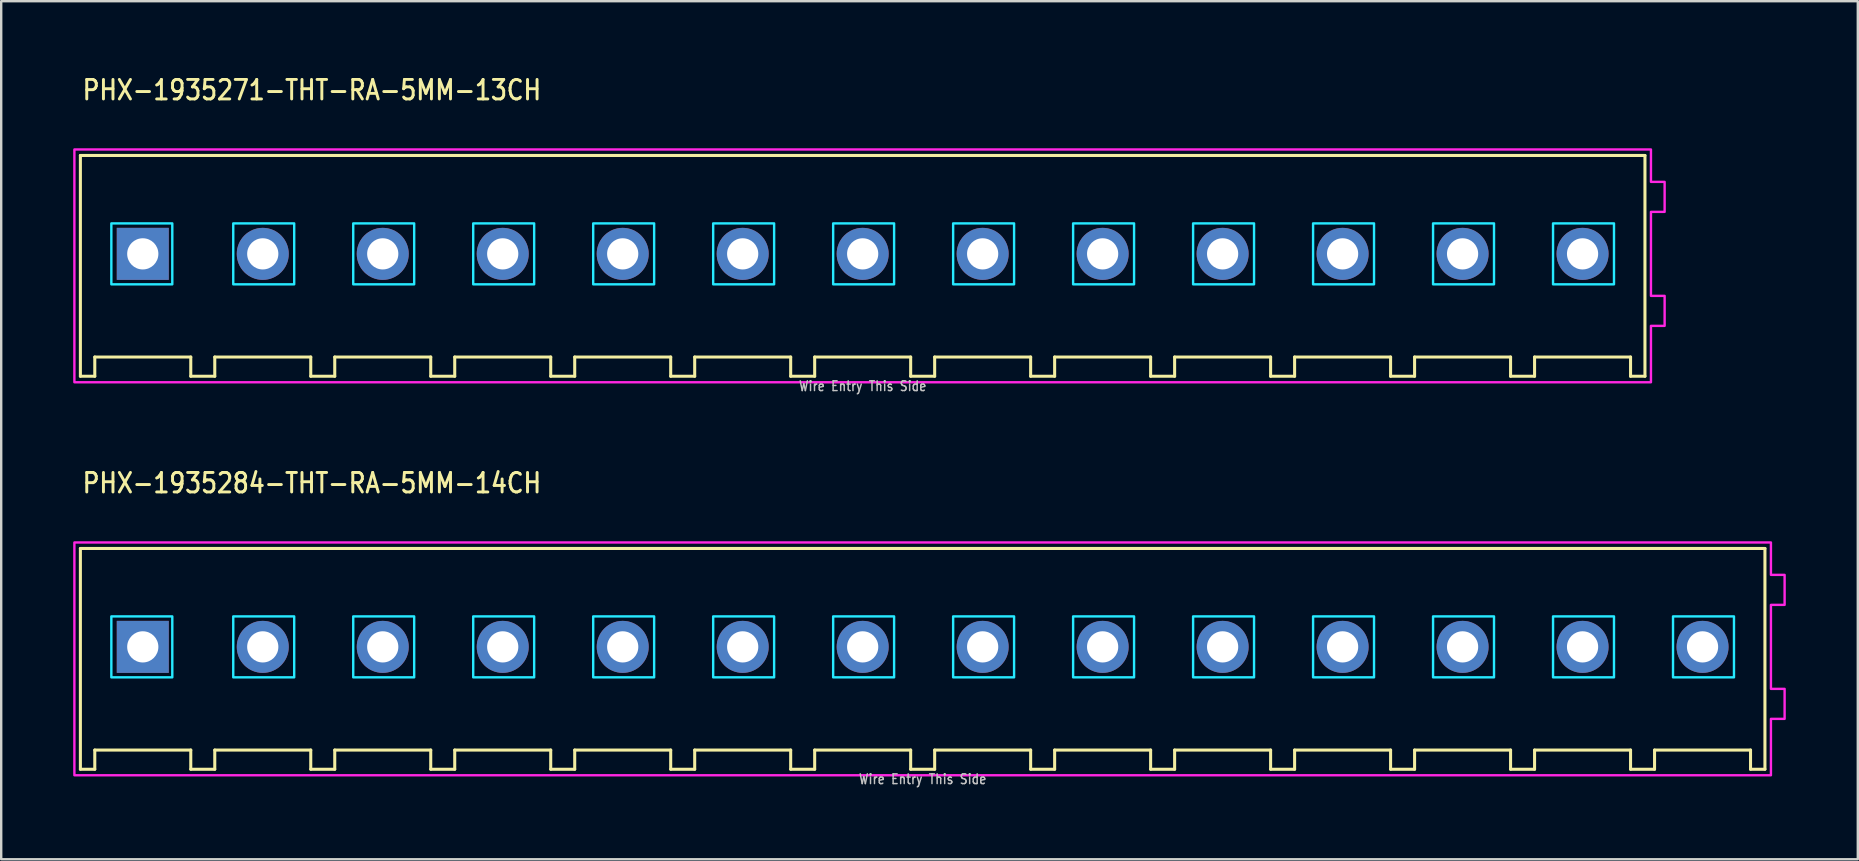
<source format=kicad_pcb>
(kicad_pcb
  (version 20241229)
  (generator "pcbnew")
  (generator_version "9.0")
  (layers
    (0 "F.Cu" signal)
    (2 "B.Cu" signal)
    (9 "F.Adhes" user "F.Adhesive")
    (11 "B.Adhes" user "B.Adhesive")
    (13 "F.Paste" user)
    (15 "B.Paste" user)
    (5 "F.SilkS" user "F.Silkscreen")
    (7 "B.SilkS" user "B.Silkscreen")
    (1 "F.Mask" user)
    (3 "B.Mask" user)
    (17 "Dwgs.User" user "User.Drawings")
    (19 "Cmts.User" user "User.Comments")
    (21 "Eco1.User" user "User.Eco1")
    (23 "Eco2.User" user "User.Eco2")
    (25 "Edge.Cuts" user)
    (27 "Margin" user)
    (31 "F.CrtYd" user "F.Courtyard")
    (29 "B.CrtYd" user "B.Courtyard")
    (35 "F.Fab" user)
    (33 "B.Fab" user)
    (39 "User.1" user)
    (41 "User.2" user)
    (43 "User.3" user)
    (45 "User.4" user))
  (footprint "PHX-1935284-THT-RA-5MM-14CH"
    (layer "F.Cu")
    (at 35.4 23.907)
    (property "Reference" "PHX-1935284-THT-RA-5MM-14CH" (at -35.08 -6.35 0) (unlocked yes) (layer "F.SilkS") (effects (font (size 0.813 0.695) (thickness 0.122)) (justify left bottom)))
    (fp_line (start -35.1 -4.1) (end -35.1 5.1) (stroke (width 0.127) (type solid)) (layer "F.SilkS"))
    (fp_line (start -35.1 5.1) (end -34.5 5.1) (stroke (width 0.127) (type solid)) (layer "F.SilkS"))
    (fp_line (start -34.5 4.3) (end -30.5 4.3) (stroke (width 0.127) (type solid)) (layer "F.SilkS"))
    (fp_line (start -34.5 5.1) (end -34.5 4.3) (stroke (width 0.127) (type solid)) (layer "F.SilkS"))
    (fp_line (start -30.5 4.3) (end -30.5 5.1) (stroke (width 0.127) (type solid)) (layer "F.SilkS"))
    (fp_line (start -30.5 5.1) (end -29.5 5.1) (stroke (width 0.127) (type solid)) (layer "F.SilkS"))
    (fp_line (start -29.5 4.3) (end -25.5 4.3) (stroke (width 0.127) (type solid)) (layer "F.SilkS"))
    (fp_line (start -29.5 5.1) (end -29.5 4.3) (stroke (width 0.127) (type solid)) (layer "F.SilkS"))
    (fp_line (start -25.5 4.3) (end -25.5 5.1) (stroke (width 0.127) (type solid)) (layer "F.SilkS"))
    (fp_line (start -25.5 5.1) (end -24.5 5.1) (stroke (width 0.127) (type solid)) (layer "F.SilkS"))
    (fp_line (start -24.5 4.3) (end -20.5 4.3) (stroke (width 0.127) (type solid)) (layer "F.SilkS"))
    (fp_line (start -24.5 5.1) (end -24.5 4.3) (stroke (width 0.127) (type solid)) (layer "F.SilkS"))
    (fp_line (start -20.5 4.3) (end -20.5 5.1) (stroke (width 0.127) (type solid)) (layer "F.SilkS"))
    (fp_line (start -20.5 5.1) (end -19.5 5.1) (stroke (width 0.127) (type solid)) (layer "F.SilkS"))
    (fp_line (start -19.5 4.3) (end -15.5 4.3) (stroke (width 0.127) (type solid)) (layer "F.SilkS"))
    (fp_line (start -19.5 5.1) (end -19.5 4.3) (stroke (width 0.127) (type solid)) (layer "F.SilkS"))
    (fp_line (start -15.5 4.3) (end -15.5 5.1) (stroke (width 0.127) (type solid)) (layer "F.SilkS"))
    (fp_line (start -15.5 5.1) (end -14.5 5.1) (stroke (width 0.127) (type solid)) (layer "F.SilkS"))
    (fp_line (start -14.5 4.3) (end -10.5 4.3) (stroke (width 0.127) (type solid)) (layer "F.SilkS"))
    (fp_line (start -14.5 5.1) (end -14.5 4.3) (stroke (width 0.127) (type solid)) (layer "F.SilkS"))
    (fp_line (start -10.5 4.3) (end -10.5 5.1) (stroke (width 0.127) (type solid)) (layer "F.SilkS"))
    (fp_line (start -10.5 5.1) (end -9.5 5.1) (stroke (width 0.127) (type solid)) (layer "F.SilkS"))
    (fp_line (start -9.5 4.3) (end -5.5 4.3) (stroke (width 0.127) (type solid)) (layer "F.SilkS"))
    (fp_line (start -9.5 5.1) (end -9.5 4.3) (stroke (width 0.127) (type solid)) (layer "F.SilkS"))
    (fp_line (start -5.5 4.3) (end -5.5 5.1) (stroke (width 0.127) (type solid)) (layer "F.SilkS"))
    (fp_line (start -5.5 5.1) (end -4.5 5.1) (stroke (width 0.127) (type solid)) (layer "F.SilkS"))
    (fp_line (start -4.5 4.3) (end -0.5 4.3) (stroke (width 0.127) (type solid)) (layer "F.SilkS"))
    (fp_line (start -4.5 5.1) (end -4.5 4.3) (stroke (width 0.127) (type solid)) (layer "F.SilkS"))
    (fp_line (start -0.5 4.3) (end -0.5 5.1) (stroke (width 0.127) (type solid)) (layer "F.SilkS"))
    (fp_line (start -0.5 5.1) (end 0.5 5.1) (stroke (width 0.127) (type solid)) (layer "F.SilkS"))
    (fp_line (start 0.5 4.3) (end 4.5 4.3) (stroke (width 0.127) (type solid)) (layer "F.SilkS"))
    (fp_line (start 0.5 5.1) (end 0.5 4.3) (stroke (width 0.127) (type solid)) (layer "F.SilkS"))
    (fp_line (start 4.5 4.3) (end 4.5 5.1) (stroke (width 0.127) (type solid)) (layer "F.SilkS"))
    (fp_line (start 4.5 5.1) (end 5.5 5.1) (stroke (width 0.127) (type solid)) (layer "F.SilkS"))
    (fp_line (start 5.5 4.3) (end 9.5 4.3) (stroke (width 0.127) (type solid)) (layer "F.SilkS"))
    (fp_line (start 5.5 5.1) (end 5.5 4.3) (stroke (width 0.127) (type solid)) (layer "F.SilkS"))
    (fp_line (start 9.5 4.3) (end 9.5 5.1) (stroke (width 0.127) (type solid)) (layer "F.SilkS"))
    (fp_line (start 9.5 5.1) (end 10.5 5.1) (stroke (width 0.127) (type solid)) (layer "F.SilkS"))
    (fp_line (start 10.5 4.3) (end 14.5 4.3) (stroke (width 0.127) (type solid)) (layer "F.SilkS"))
    (fp_line (start 10.5 5.1) (end 10.5 4.3) (stroke (width 0.127) (type solid)) (layer "F.SilkS"))
    (fp_line (start 14.5 4.3) (end 14.5 5.1) (stroke (width 0.127) (type solid)) (layer "F.SilkS"))
    (fp_line (start 14.5 5.1) (end 15.5 5.1) (stroke (width 0.127) (type solid)) (layer "F.SilkS"))
    (fp_line (start 15.5 4.3) (end 19.5 4.3) (stroke (width 0.127) (type solid)) (layer "F.SilkS"))
    (fp_line (start 15.5 5.1) (end 15.5 4.3) (stroke (width 0.127) (type solid)) (layer "F.SilkS"))
    (fp_line (start 19.5 4.3) (end 19.5 5.1) (stroke (width 0.127) (type solid)) (layer "F.SilkS"))
    (fp_line (start 19.5 5.1) (end 20.5 5.1) (stroke (width 0.127) (type solid)) (layer "F.SilkS"))
    (fp_line (start 20.5 4.3) (end 24.5 4.3) (stroke (width 0.127) (type solid)) (layer "F.SilkS"))
    (fp_line (start 20.5 5.1) (end 20.5 4.3) (stroke (width 0.127) (type solid)) (layer "F.SilkS"))
    (fp_line (start 24.5 4.3) (end 24.5 5.1) (stroke (width 0.127) (type solid)) (layer "F.SilkS"))
    (fp_line (start 24.5 5.1) (end 25.5 5.1) (stroke (width 0.127) (type solid)) (layer "F.SilkS"))
    (fp_line (start 25.5 4.3) (end 29.5 4.3) (stroke (width 0.127) (type solid)) (layer "F.SilkS"))
    (fp_line (start 25.5 5.1) (end 25.5 4.3) (stroke (width 0.127) (type solid)) (layer "F.SilkS"))
    (fp_line (start 29.5 4.3) (end 29.5 5.1) (stroke (width 0.127) (type solid)) (layer "F.SilkS"))
    (fp_line (start 29.5 5.1) (end 30.5 5.1) (stroke (width 0.127) (type solid)) (layer "F.SilkS"))
    (fp_line (start 30.5 4.3) (end 34.5 4.3) (stroke (width 0.127) (type solid)) (layer "F.SilkS"))
    (fp_line (start 30.5 5.1) (end 30.5 4.3) (stroke (width 0.127) (type solid)) (layer "F.SilkS"))
    (fp_line (start 34.5 4.3) (end 34.5 5.1) (stroke (width 0.127) (type solid)) (layer "F.SilkS"))
    (fp_line (start 34.5 5.1) (end 35.1 5.1) (stroke (width 0.127) (type solid)) (layer "F.SilkS"))
    (fp_line (start 35.1 -4.1) (end -35.1 -4.1) (stroke (width 0.127) (type solid)) (layer "F.SilkS"))
    (fp_line (start 35.1 5.1) (end 35.1 -4.1) (stroke (width 0.127) (type solid)) (layer "F.SilkS"))
    (fp_poly (pts (xy -33.81 -1.27) (xy -31.27 -1.27) (xy -31.27 1.27) (xy -33.81 1.27)) (stroke (width 0.1) (type solid)) (fill no) (layer "B.CrtYd"))
    (fp_poly (pts (xy -28.73 -1.27) (xy -26.19 -1.27) (xy -26.19 1.27) (xy -28.73 1.27)) (stroke (width 0.1) (type solid)) (fill no) (layer "B.CrtYd"))
    (fp_poly (pts (xy -23.73 -1.27) (xy -21.19 -1.27) (xy -21.19 1.27) (xy -23.73 1.27)) (stroke (width 0.1) (type solid)) (fill no) (layer "B.CrtYd"))
    (fp_poly (pts (xy -18.73 -1.27) (xy -16.19 -1.27) (xy -16.19 1.27) (xy -18.73 1.27)) (stroke (width 0.1) (type solid)) (fill no) (layer "B.CrtYd"))
    (fp_poly (pts (xy -13.73 -1.27) (xy -11.19 -1.27) (xy -11.19 1.27) (xy -13.73 1.27)) (stroke (width 0.1) (type solid)) (fill no) (layer "B.CrtYd"))
    (fp_poly (pts (xy -8.73 -1.27) (xy -6.19 -1.27) (xy -6.19 1.27) (xy -8.73 1.27)) (stroke (width 0.1) (type solid)) (fill no) (layer "B.CrtYd"))
    (fp_poly (pts (xy -3.73 -1.27) (xy -1.19 -1.27) (xy -1.19 1.27) (xy -3.73 1.27)) (stroke (width 0.1) (type solid)) (fill no) (layer "B.CrtYd"))
    (fp_poly (pts (xy 1.27 -1.27) (xy 3.81 -1.27) (xy 3.81 1.27) (xy 1.27 1.27)) (stroke (width 0.1) (type solid)) (fill no) (layer "B.CrtYd"))
    (fp_poly (pts (xy 6.27 -1.27) (xy 8.81 -1.27) (xy 8.81 1.27) (xy 6.27 1.27)) (stroke (width 0.1) (type solid)) (fill no) (layer "B.CrtYd"))
    (fp_poly (pts (xy 11.27 -1.27) (xy 13.81 -1.27) (xy 13.81 1.27) (xy 11.27 1.27)) (stroke (width 0.1) (type solid)) (fill no) (layer "B.CrtYd"))
    (fp_poly (pts (xy 16.27 -1.27) (xy 18.81 -1.27) (xy 18.81 1.27) (xy 16.27 1.27)) (stroke (width 0.1) (type solid)) (fill no) (layer "B.CrtYd"))
    (fp_poly (pts (xy 21.27 -1.27) (xy 23.81 -1.27) (xy 23.81 1.27) (xy 21.27 1.27)) (stroke (width 0.1) (type solid)) (fill no) (layer "B.CrtYd"))
    (fp_poly (pts (xy 26.27 -1.27) (xy 28.81 -1.27) (xy 28.81 1.27) (xy 26.27 1.27)) (stroke (width 0.1) (type solid)) (fill no) (layer "B.CrtYd"))
    (fp_poly (pts (xy 31.27 -1.27) (xy 33.81 -1.27) (xy 33.81 1.27) (xy 31.27 1.27)) (stroke (width 0.1) (type solid)) (fill no) (layer "B.CrtYd"))
    (fp_poly (pts (xy -35.35 -4.35) (xy -35.35 5.35) (xy 35.35 5.35) (xy 35.35 3) (xy 35.92 3) (xy 35.92 1.75) (xy 35.35 1.75) (xy 35.35 -1.75) (xy 35.92 -1.75) (xy 35.92 -3) (xy 35.35 -3) (xy 35.35 -4.35)) (stroke (width 0.1) (type solid)) (fill no) (layer "F.CrtYd"))
    (fp_text user "Wire Entry This Side" (at 0 5.75 0) (unlocked yes) (layer "Dwgs.User") (effects (font (size 0.406 0.347) (thickness 0.061)) (justify bottom)))
    (pad "1" thru_hole rect (at -32.5 0) (size 2.167 2.167) (drill 1.3) (layers "*.Cu" "*.Mask"))
    (pad "2" thru_hole oval (at -27.5 0) (size 2.167 2.167) (drill 1.3) (layers "*.Cu" "*.Mask"))
    (pad "3" thru_hole oval (at -22.5 0) (size 2.167 2.167) (drill 1.3) (layers "*.Cu" "*.Mask"))
    (pad "4" thru_hole oval (at -17.5 0) (size 2.167 2.167) (drill 1.3) (layers "*.Cu" "*.Mask"))
    (pad "5" thru_hole oval (at -12.5 0) (size 2.167 2.167) (drill 1.3) (layers "*.Cu" "*.Mask"))
    (pad "6" thru_hole oval (at -7.5 0) (size 2.167 2.167) (drill 1.3) (layers "*.Cu" "*.Mask"))
    (pad "7" thru_hole oval (at -2.5 0) (size 2.167 2.167) (drill 1.3) (layers "*.Cu" "*.Mask"))
    (pad "8" thru_hole oval (at 2.5 0) (size 2.167 2.167) (drill 1.3) (layers "*.Cu" "*.Mask"))
    (pad "9" thru_hole oval (at 7.5 0) (size 2.167 2.167) (drill 1.3) (layers "*.Cu" "*.Mask"))
    (pad "10" thru_hole oval (at 12.5 0) (size 2.167 2.167) (drill 1.3) (layers "*.Cu" "*.Mask"))
    (pad "11" thru_hole oval (at 17.5 0) (size 2.167 2.167) (drill 1.3) (layers "*.Cu" "*.Mask"))
    (pad "12" thru_hole oval (at 22.5 0) (size 2.167 2.167) (drill 1.3) (layers "*.Cu" "*.Mask"))
    (pad "13" thru_hole oval (at 27.5 0) (size 2.167 2.167) (drill 1.3) (layers "*.Cu" "*.Mask"))
    (pad "14" thru_hole oval (at 32.5 0) (size 2.167 2.167) (drill 1.3) (layers "*.Cu" "*.Mask")))
  (footprint "PHX-1935271-THT-RA-5MM-13CH"
    (layer "F.Cu")
    (at 32.9 7.529)
    (property "Reference" "PHX-1935271-THT-RA-5MM-13CH" (at -32.58 -6.35 0) (unlocked yes) (layer "F.SilkS") (effects (font (size 0.813 0.695) (thickness 0.122)) (justify left bottom)))
    (fp_line (start -32.6 -4.1) (end -32.6 5.1) (stroke (width 0.127) (type solid)) (layer "F.SilkS"))
    (fp_line (start -32.6 5.1) (end -32 5.1) (stroke (width 0.127) (type solid)) (layer "F.SilkS"))
    (fp_line (start -32 4.3) (end -28 4.3) (stroke (width 0.127) (type solid)) (layer "F.SilkS"))
    (fp_line (start -32 5.1) (end -32 4.3) (stroke (width 0.127) (type solid)) (layer "F.SilkS"))
    (fp_line (start -28 4.3) (end -28 5.1) (stroke (width 0.127) (type solid)) (layer "F.SilkS"))
    (fp_line (start -28 5.1) (end -27 5.1) (stroke (width 0.127) (type solid)) (layer "F.SilkS"))
    (fp_line (start -27 4.3) (end -23 4.3) (stroke (width 0.127) (type solid)) (layer "F.SilkS"))
    (fp_line (start -27 5.1) (end -27 4.3) (stroke (width 0.127) (type solid)) (layer "F.SilkS"))
    (fp_line (start -23 4.3) (end -23 5.1) (stroke (width 0.127) (type solid)) (layer "F.SilkS"))
    (fp_line (start -23 5.1) (end -22 5.1) (stroke (width 0.127) (type solid)) (layer "F.SilkS"))
    (fp_line (start -22 4.3) (end -18 4.3) (stroke (width 0.127) (type solid)) (layer "F.SilkS"))
    (fp_line (start -22 5.1) (end -22 4.3) (stroke (width 0.127) (type solid)) (layer "F.SilkS"))
    (fp_line (start -18 4.3) (end -18 5.1) (stroke (width 0.127) (type solid)) (layer "F.SilkS"))
    (fp_line (start -18 5.1) (end -17 5.1) (stroke (width 0.127) (type solid)) (layer "F.SilkS"))
    (fp_line (start -17 4.3) (end -13 4.3) (stroke (width 0.127) (type solid)) (layer "F.SilkS"))
    (fp_line (start -17 5.1) (end -17 4.3) (stroke (width 0.127) (type solid)) (layer "F.SilkS"))
    (fp_line (start -13 4.3) (end -13 5.1) (stroke (width 0.127) (type solid)) (layer "F.SilkS"))
    (fp_line (start -13 5.1) (end -12 5.1) (stroke (width 0.127) (type solid)) (layer "F.SilkS"))
    (fp_line (start -12 4.3) (end -8 4.3) (stroke (width 0.127) (type solid)) (layer "F.SilkS"))
    (fp_line (start -12 5.1) (end -12 4.3) (stroke (width 0.127) (type solid)) (layer "F.SilkS"))
    (fp_line (start -8 4.3) (end -8 5.1) (stroke (width 0.127) (type solid)) (layer "F.SilkS"))
    (fp_line (start -8 5.1) (end -7 5.1) (stroke (width 0.127) (type solid)) (layer "F.SilkS"))
    (fp_line (start -7 4.3) (end -3 4.3) (stroke (width 0.127) (type solid)) (layer "F.SilkS"))
    (fp_line (start -7 5.1) (end -7 4.3) (stroke (width 0.127) (type solid)) (layer "F.SilkS"))
    (fp_line (start -3 4.3) (end -3 5.1) (stroke (width 0.127) (type solid)) (layer "F.SilkS"))
    (fp_line (start -3 5.1) (end -2 5.1) (stroke (width 0.127) (type solid)) (layer "F.SilkS"))
    (fp_line (start -2 4.3) (end 2 4.3) (stroke (width 0.127) (type solid)) (layer "F.SilkS"))
    (fp_line (start -2 5.1) (end -2 4.3) (stroke (width 0.127) (type solid)) (layer "F.SilkS"))
    (fp_line (start 2 4.3) (end 2 5.1) (stroke (width 0.127) (type solid)) (layer "F.SilkS"))
    (fp_line (start 2 5.1) (end 3 5.1) (stroke (width 0.127) (type solid)) (layer "F.SilkS"))
    (fp_line (start 3 4.3) (end 7 4.3) (stroke (width 0.127) (type solid)) (layer "F.SilkS"))
    (fp_line (start 3 5.1) (end 3 4.3) (stroke (width 0.127) (type solid)) (layer "F.SilkS"))
    (fp_line (start 7 4.3) (end 7 5.1) (stroke (width 0.127) (type solid)) (layer "F.SilkS"))
    (fp_line (start 7 5.1) (end 8 5.1) (stroke (width 0.127) (type solid)) (layer "F.SilkS"))
    (fp_line (start 8 4.3) (end 12 4.3) (stroke (width 0.127) (type solid)) (layer "F.SilkS"))
    (fp_line (start 8 5.1) (end 8 4.3) (stroke (width 0.127) (type solid)) (layer "F.SilkS"))
    (fp_line (start 12 4.3) (end 12 5.1) (stroke (width 0.127) (type solid)) (layer "F.SilkS"))
    (fp_line (start 12 5.1) (end 13 5.1) (stroke (width 0.127) (type solid)) (layer "F.SilkS"))
    (fp_line (start 13 4.3) (end 17 4.3) (stroke (width 0.127) (type solid)) (layer "F.SilkS"))
    (fp_line (start 13 5.1) (end 13 4.3) (stroke (width 0.127) (type solid)) (layer "F.SilkS"))
    (fp_line (start 17 4.3) (end 17 5.1) (stroke (width 0.127) (type solid)) (layer "F.SilkS"))
    (fp_line (start 17 5.1) (end 18 5.1) (stroke (width 0.127) (type solid)) (layer "F.SilkS"))
    (fp_line (start 18 4.3) (end 22 4.3) (stroke (width 0.127) (type solid)) (layer "F.SilkS"))
    (fp_line (start 18 5.1) (end 18 4.3) (stroke (width 0.127) (type solid)) (layer "F.SilkS"))
    (fp_line (start 22 4.3) (end 22 5.1) (stroke (width 0.127) (type solid)) (layer "F.SilkS"))
    (fp_line (start 22 5.1) (end 23 5.1) (stroke (width 0.127) (type solid)) (layer "F.SilkS"))
    (fp_line (start 23 4.3) (end 27 4.3) (stroke (width 0.127) (type solid)) (layer "F.SilkS"))
    (fp_line (start 23 5.1) (end 23 4.3) (stroke (width 0.127) (type solid)) (layer "F.SilkS"))
    (fp_line (start 27 4.3) (end 27 5.1) (stroke (width 0.127) (type solid)) (layer "F.SilkS"))
    (fp_line (start 27 5.1) (end 28 5.1) (stroke (width 0.127) (type solid)) (layer "F.SilkS"))
    (fp_line (start 28 4.3) (end 32 4.3) (stroke (width 0.127) (type solid)) (layer "F.SilkS"))
    (fp_line (start 28 5.1) (end 28 4.3) (stroke (width 0.127) (type solid)) (layer "F.SilkS"))
    (fp_line (start 32 4.3) (end 32 5.1) (stroke (width 0.127) (type solid)) (layer "F.SilkS"))
    (fp_line (start 32 5.1) (end 32.6 5.1) (stroke (width 0.127) (type solid)) (layer "F.SilkS"))
    (fp_line (start 32.6 -4.1) (end -32.6 -4.1) (stroke (width 0.127) (type solid)) (layer "F.SilkS"))
    (fp_line (start 32.6 5.1) (end 32.6 -4.1) (stroke (width 0.127) (type solid)) (layer "F.SilkS"))
    (fp_poly (pts (xy -31.31 -1.27) (xy -28.77 -1.27) (xy -28.77 1.27) (xy -31.31 1.27)) (stroke (width 0.1) (type solid)) (fill no) (layer "B.CrtYd"))
    (fp_poly (pts (xy -26.23 -1.27) (xy -23.69 -1.27) (xy -23.69 1.27) (xy -26.23 1.27)) (stroke (width 0.1) (type solid)) (fill no) (layer "B.CrtYd"))
    (fp_poly (pts (xy -21.23 -1.27) (xy -18.69 -1.27) (xy -18.69 1.27) (xy -21.23 1.27)) (stroke (width 0.1) (type solid)) (fill no) (layer "B.CrtYd"))
    (fp_poly (pts (xy -16.23 -1.27) (xy -13.69 -1.27) (xy -13.69 1.27) (xy -16.23 1.27)) (stroke (width 0.1) (type solid)) (fill no) (layer "B.CrtYd"))
    (fp_poly (pts (xy -11.23 -1.27) (xy -8.69 -1.27) (xy -8.69 1.27) (xy -11.23 1.27)) (stroke (width 0.1) (type solid)) (fill no) (layer "B.CrtYd"))
    (fp_poly (pts (xy -6.23 -1.27) (xy -3.69 -1.27) (xy -3.69 1.27) (xy -6.23 1.27)) (stroke (width 0.1) (type solid)) (fill no) (layer "B.CrtYd"))
    (fp_poly (pts (xy -1.23 -1.27) (xy 1.31 -1.27) (xy 1.31 1.27) (xy -1.23 1.27)) (stroke (width 0.1) (type solid)) (fill no) (layer "B.CrtYd"))
    (fp_poly (pts (xy 3.77 -1.27) (xy 6.31 -1.27) (xy 6.31 1.27) (xy 3.77 1.27)) (stroke (width 0.1) (type solid)) (fill no) (layer "B.CrtYd"))
    (fp_poly (pts (xy 8.77 -1.27) (xy 11.31 -1.27) (xy 11.31 1.27) (xy 8.77 1.27)) (stroke (width 0.1) (type solid)) (fill no) (layer "B.CrtYd"))
    (fp_poly (pts (xy 13.77 -1.27) (xy 16.31 -1.27) (xy 16.31 1.27) (xy 13.77 1.27)) (stroke (width 0.1) (type solid)) (fill no) (layer "B.CrtYd"))
    (fp_poly (pts (xy 18.77 -1.27) (xy 21.31 -1.27) (xy 21.31 1.27) (xy 18.77 1.27)) (stroke (width 0.1) (type solid)) (fill no) (layer "B.CrtYd"))
    (fp_poly (pts (xy 23.77 -1.27) (xy 26.31 -1.27) (xy 26.31 1.27) (xy 23.77 1.27)) (stroke (width 0.1) (type solid)) (fill no) (layer "B.CrtYd"))
    (fp_poly (pts (xy 28.77 -1.27) (xy 31.31 -1.27) (xy 31.31 1.27) (xy 28.77 1.27)) (stroke (width 0.1) (type solid)) (fill no) (layer "B.CrtYd"))
    (fp_poly (pts (xy -32.85 -4.35) (xy -32.85 5.35) (xy 32.85 5.35) (xy 32.85 3) (xy 33.42 3) (xy 33.42 1.75) (xy 32.85 1.75) (xy 32.85 -1.75) (xy 33.42 -1.75) (xy 33.42 -3) (xy 32.85 -3) (xy 32.85 -4.35)) (stroke (width 0.1) (type solid)) (fill no) (layer "F.CrtYd"))
    (fp_text user "Wire Entry This Side" (at 0 5.75 0) (unlocked yes) (layer "Dwgs.User") (effects (font (size 0.406 0.347) (thickness 0.061)) (justify bottom)))
    (pad "1" thru_hole rect (at -30 0) (size 2.167 2.167) (drill 1.3) (layers "*.Cu" "*.Mask"))
    (pad "2" thru_hole oval (at -25 0) (size 2.167 2.167) (drill 1.3) (layers "*.Cu" "*.Mask"))
    (pad "3" thru_hole oval (at -20 0) (size 2.167 2.167) (drill 1.3) (layers "*.Cu" "*.Mask"))
    (pad "4" thru_hole oval (at -15 0) (size 2.167 2.167) (drill 1.3) (layers "*.Cu" "*.Mask"))
    (pad "5" thru_hole oval (at -10 0) (size 2.167 2.167) (drill 1.3) (layers "*.Cu" "*.Mask"))
    (pad "6" thru_hole oval (at -5 0) (size 2.167 2.167) (drill 1.3) (layers "*.Cu" "*.Mask"))
    (pad "7" thru_hole oval (at 0 0) (size 2.167 2.167) (drill 1.3) (layers "*.Cu" "*.Mask"))
    (pad "8" thru_hole oval (at 5 0) (size 2.167 2.167) (drill 1.3) (layers "*.Cu" "*.Mask"))
    (pad "9" thru_hole oval (at 10 0) (size 2.167 2.167) (drill 1.3) (layers "*.Cu" "*.Mask"))
    (pad "10" thru_hole oval (at 15 0) (size 2.167 2.167) (drill 1.3) (layers "*.Cu" "*.Mask"))
    (pad "11" thru_hole oval (at 20 0) (size 2.167 2.167) (drill 1.3) (layers "*.Cu" "*.Mask"))
    (pad "12" thru_hole oval (at 25 0) (size 2.167 2.167) (drill 1.3) (layers "*.Cu" "*.Mask"))
    (pad "13" thru_hole oval (at 30 0) (size 2.167 2.167) (drill 1.3) (layers "*.Cu" "*.Mask")))
  (gr_rect
    (start -3 -3)
    (end 74.37 32.757)
    (stroke (width 0.1) (type default))
    (fill no)
    (layer "Edge.Cuts")))
</source>
